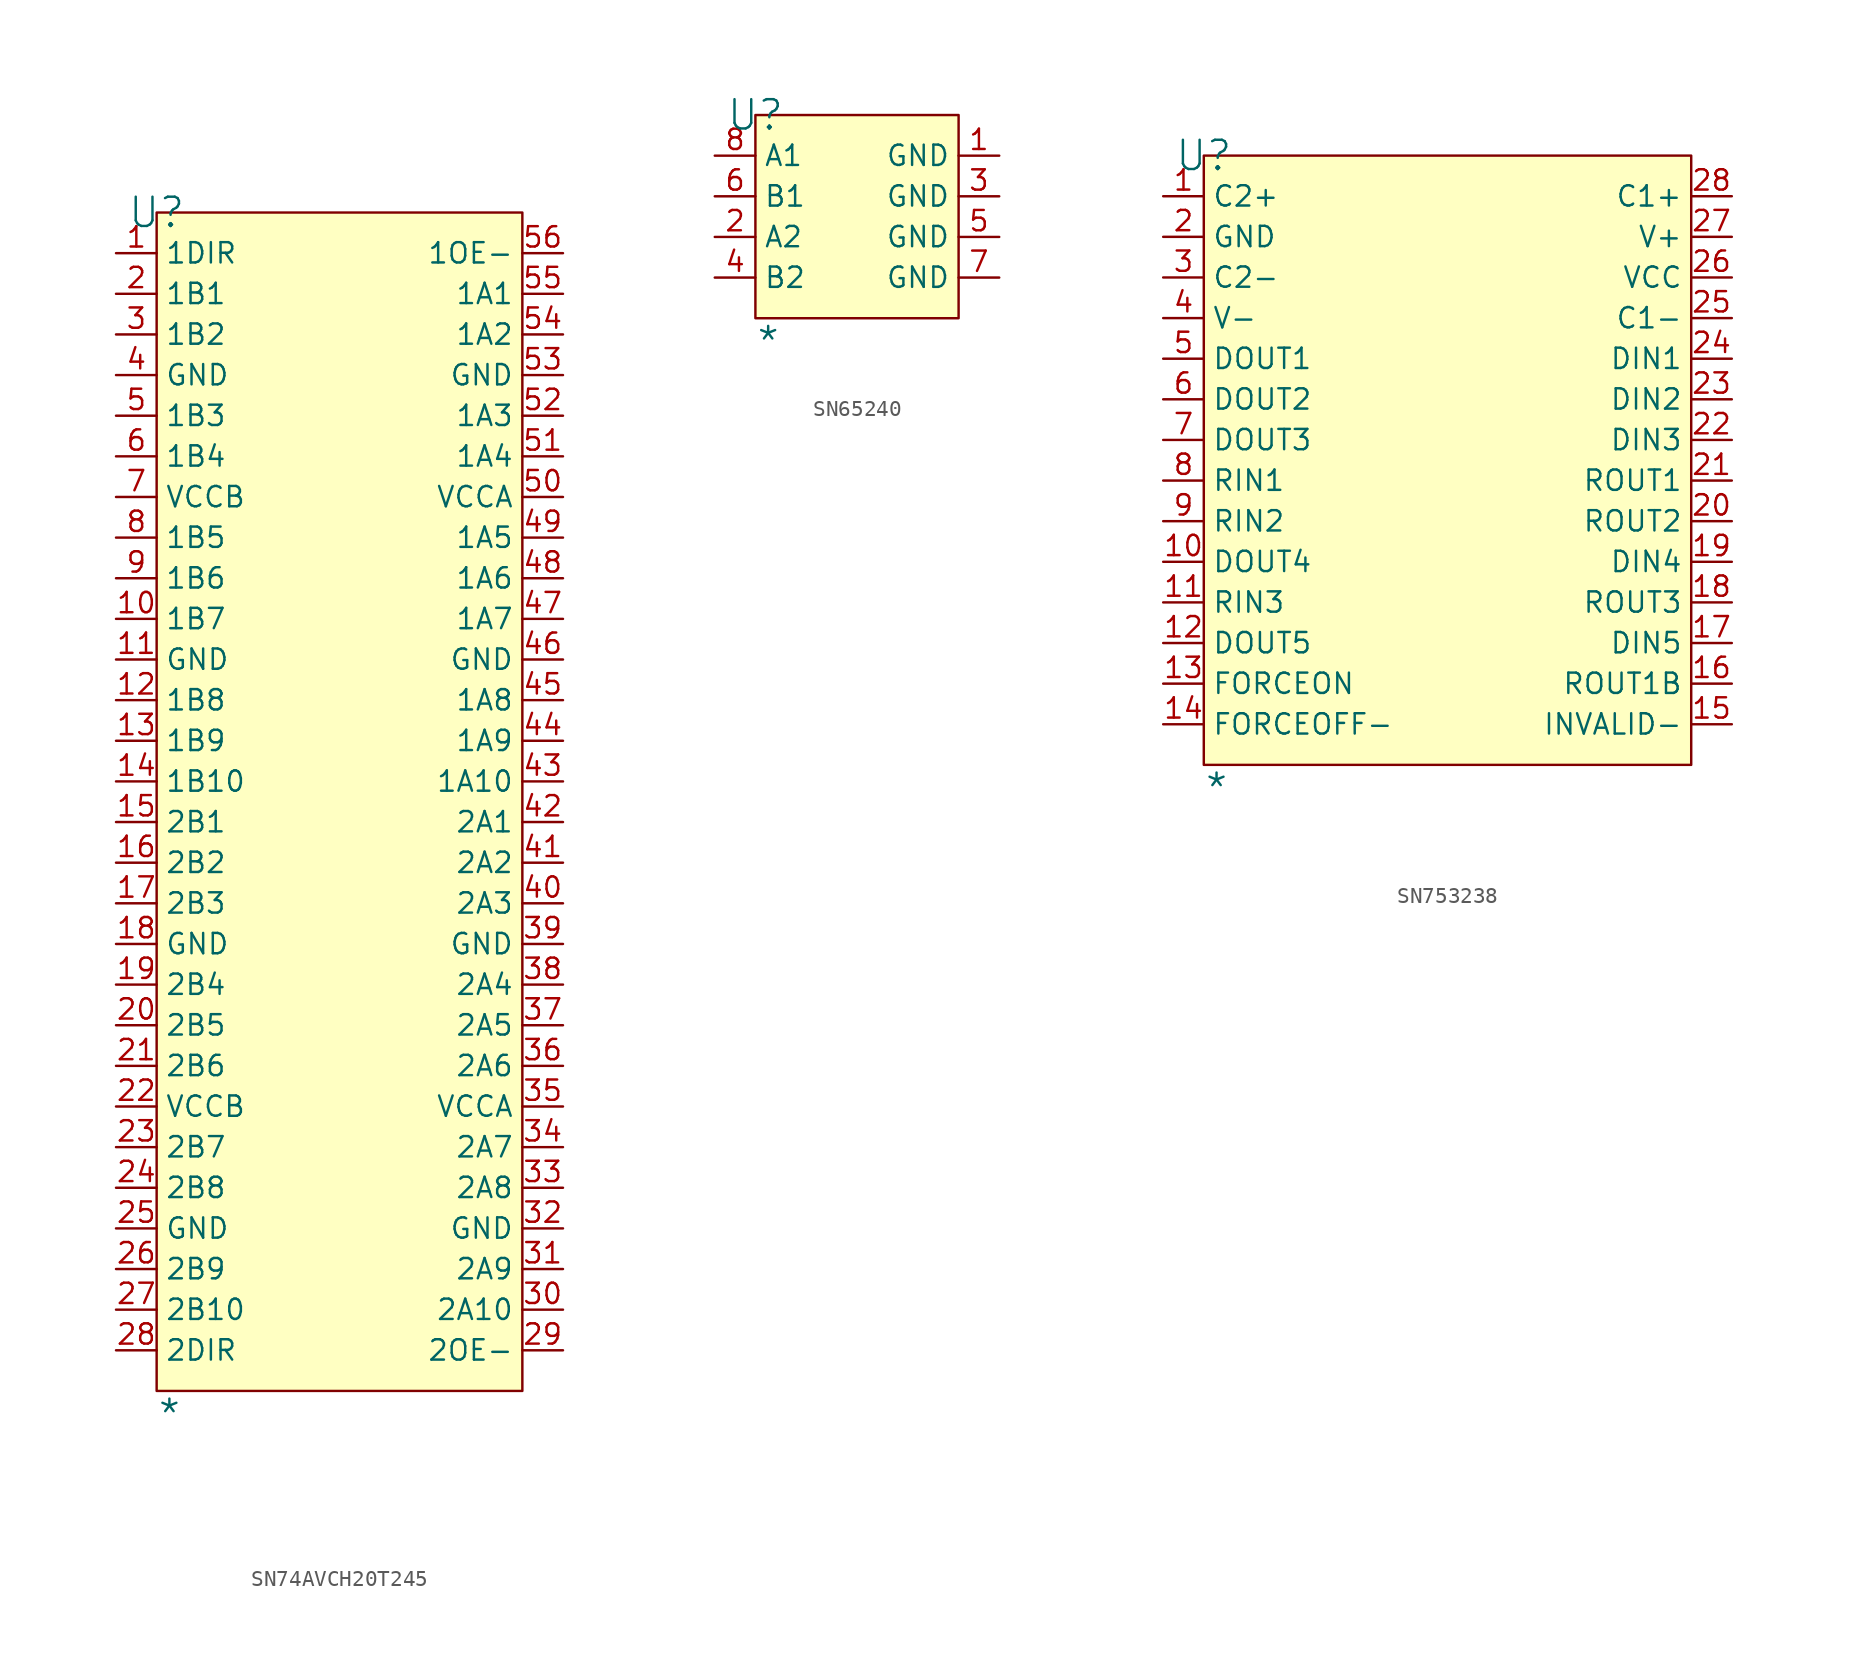
<source format=kicad_sym>
(kicad_symbol_lib
  (version 20241209)
  (generator "kicad_symbol_editor")
  (generator_version "9.0")
  (symbol "SN74AVCH20T245"
    (property "Reference" "U"
      (at 0 0 0)
      (effects (font (size 1.829 1.829))))
    (property "Value" "*"
      (at 0 -76.2 0)
      (effects (font (size 1.829 1.829)) (justify left bottom)))
    (symbol "SN74AVCH20T245_1_0"
      (rectangle (start 22.86 0) (end 0 -73.66) (stroke (width 0) (type solid) (color 128 0 0 1)) (fill (type background)))
      (pin passive line (at -2.54 -2.54 0) (length 2.54) (name "1DIR" (effects (font (size 1.27 1.27)))) (number "1" (effects (font (size 1.27 1.27)))))
      (pin passive line (at -2.54 -5.08 0) (length 2.54) (name "1B1" (effects (font (size 1.27 1.27)))) (number "2" (effects (font (size 1.27 1.27)))))
      (pin passive line (at -2.54 -7.62 0) (length 2.54) (name "1B2" (effects (font (size 1.27 1.27)))) (number "3" (effects (font (size 1.27 1.27)))))
      (pin passive line (at -2.54 -10.16 0) (length 2.54) (name "GND" (effects (font (size 1.27 1.27)))) (number "4" (effects (font (size 1.27 1.27)))))
      (pin passive line (at -2.54 -12.7 0) (length 2.54) (name "1B3" (effects (font (size 1.27 1.27)))) (number "5" (effects (font (size 1.27 1.27)))))
      (pin passive line (at -2.54 -15.24 0) (length 2.54) (name "1B4" (effects (font (size 1.27 1.27)))) (number "6" (effects (font (size 1.27 1.27)))))
      (pin passive line (at -2.54 -17.78 0) (length 2.54) (name "VCCB" (effects (font (size 1.27 1.27)))) (number "7" (effects (font (size 1.27 1.27)))))
      (pin passive line (at -2.54 -20.32 0) (length 2.54) (name "1B5" (effects (font (size 1.27 1.27)))) (number "8" (effects (font (size 1.27 1.27)))))
      (pin passive line (at -2.54 -22.86 0) (length 2.54) (name "1B6" (effects (font (size 1.27 1.27)))) (number "9" (effects (font (size 1.27 1.27)))))
      (pin passive line (at -2.54 -25.4 0) (length 2.54) (name "1B7" (effects (font (size 1.27 1.27)))) (number "10" (effects (font (size 1.27 1.27)))))
      (pin passive line (at -2.54 -27.94 0) (length 2.54) (name "GND" (effects (font (size 1.27 1.27)))) (number "11" (effects (font (size 1.27 1.27)))))
      (pin passive line (at -2.54 -30.48 0) (length 2.54) (name "1B8" (effects (font (size 1.27 1.27)))) (number "12" (effects (font (size 1.27 1.27)))))
      (pin passive line (at -2.54 -33.02 0) (length 2.54) (name "1B9" (effects (font (size 1.27 1.27)))) (number "13" (effects (font (size 1.27 1.27)))))
      (pin passive line (at -2.54 -35.56 0) (length 2.54) (name "1B10" (effects (font (size 1.27 1.27)))) (number "14" (effects (font (size 1.27 1.27)))))
      (pin passive line (at -2.54 -38.1 0) (length 2.54) (name "2B1" (effects (font (size 1.27 1.27)))) (number "15" (effects (font (size 1.27 1.27)))))
      (pin passive line (at -2.54 -40.64 0) (length 2.54) (name "2B2" (effects (font (size 1.27 1.27)))) (number "16" (effects (font (size 1.27 1.27)))))
      (pin passive line (at -2.54 -43.18 0) (length 2.54) (name "2B3" (effects (font (size 1.27 1.27)))) (number "17" (effects (font (size 1.27 1.27)))))
      (pin passive line (at -2.54 -45.72 0) (length 2.54) (name "GND" (effects (font (size 1.27 1.27)))) (number "18" (effects (font (size 1.27 1.27)))))
      (pin passive line (at -2.54 -48.26 0) (length 2.54) (name "2B4" (effects (font (size 1.27 1.27)))) (number "19" (effects (font (size 1.27 1.27)))))
      (pin passive line (at -2.54 -50.8 0) (length 2.54) (name "2B5" (effects (font (size 1.27 1.27)))) (number "20" (effects (font (size 1.27 1.27)))))
      (pin passive line (at -2.54 -53.34 0) (length 2.54) (name "2B6" (effects (font (size 1.27 1.27)))) (number "21" (effects (font (size 1.27 1.27)))))
      (pin passive line (at -2.54 -55.88 0) (length 2.54) (name "VCCB" (effects (font (size 1.27 1.27)))) (number "22" (effects (font (size 1.27 1.27)))))
      (pin passive line (at -2.54 -58.42 0) (length 2.54) (name "2B7" (effects (font (size 1.27 1.27)))) (number "23" (effects (font (size 1.27 1.27)))))
      (pin passive line (at -2.54 -60.96 0) (length 2.54) (name "2B8" (effects (font (size 1.27 1.27)))) (number "24" (effects (font (size 1.27 1.27)))))
      (pin passive line (at -2.54 -63.5 0) (length 2.54) (name "GND" (effects (font (size 1.27 1.27)))) (number "25" (effects (font (size 1.27 1.27)))))
      (pin passive line (at -2.54 -66.04 0) (length 2.54) (name "2B9" (effects (font (size 1.27 1.27)))) (number "26" (effects (font (size 1.27 1.27)))))
      (pin passive line (at -2.54 -68.58 0) (length 2.54) (name "2B10" (effects (font (size 1.27 1.27)))) (number "27" (effects (font (size 1.27 1.27)))))
      (pin passive line (at -2.54 -71.12 0) (length 2.54) (name "2DIR" (effects (font (size 1.27 1.27)))) (number "28" (effects (font (size 1.27 1.27)))))
      (pin passive line (at 25.4 -2.54 180) (length 2.54) (name "1OE-" (effects (font (size 1.27 1.27)))) (number "56" (effects (font (size 1.27 1.27)))))
      (pin passive line (at 25.4 -5.08 180) (length 2.54) (name "1A1" (effects (font (size 1.27 1.27)))) (number "55" (effects (font (size 1.27 1.27)))))
      (pin passive line (at 25.4 -7.62 180) (length 2.54) (name "1A2" (effects (font (size 1.27 1.27)))) (number "54" (effects (font (size 1.27 1.27)))))
      (pin passive line (at 25.4 -10.16 180) (length 2.54) (name "GND" (effects (font (size 1.27 1.27)))) (number "53" (effects (font (size 1.27 1.27)))))
      (pin passive line (at 25.4 -12.7 180) (length 2.54) (name "1A3" (effects (font (size 1.27 1.27)))) (number "52" (effects (font (size 1.27 1.27)))))
      (pin passive line (at 25.4 -15.24 180) (length 2.54) (name "1A4" (effects (font (size 1.27 1.27)))) (number "51" (effects (font (size 1.27 1.27)))))
      (pin passive line (at 25.4 -17.78 180) (length 2.54) (name "VCCA" (effects (font (size 1.27 1.27)))) (number "50" (effects (font (size 1.27 1.27)))))
      (pin passive line (at 25.4 -20.32 180) (length 2.54) (name "1A5" (effects (font (size 1.27 1.27)))) (number "49" (effects (font (size 1.27 1.27)))))
      (pin passive line (at 25.4 -22.86 180) (length 2.54) (name "1A6" (effects (font (size 1.27 1.27)))) (number "48" (effects (font (size 1.27 1.27)))))
      (pin passive line (at 25.4 -25.4 180) (length 2.54) (name "1A7" (effects (font (size 1.27 1.27)))) (number "47" (effects (font (size 1.27 1.27)))))
      (pin passive line (at 25.4 -27.94 180) (length 2.54) (name "GND" (effects (font (size 1.27 1.27)))) (number "46" (effects (font (size 1.27 1.27)))))
      (pin passive line (at 25.4 -30.48 180) (length 2.54) (name "1A8" (effects (font (size 1.27 1.27)))) (number "45" (effects (font (size 1.27 1.27)))))
      (pin passive line (at 25.4 -33.02 180) (length 2.54) (name "1A9" (effects (font (size 1.27 1.27)))) (number "44" (effects (font (size 1.27 1.27)))))
      (pin passive line (at 25.4 -35.56 180) (length 2.54) (name "1A10" (effects (font (size 1.27 1.27)))) (number "43" (effects (font (size 1.27 1.27)))))
      (pin passive line (at 25.4 -38.1 180) (length 2.54) (name "2A1" (effects (font (size 1.27 1.27)))) (number "42" (effects (font (size 1.27 1.27)))))
      (pin passive line (at 25.4 -40.64 180) (length 2.54) (name "2A2" (effects (font (size 1.27 1.27)))) (number "41" (effects (font (size 1.27 1.27)))))
      (pin passive line (at 25.4 -43.18 180) (length 2.54) (name "2A3" (effects (font (size 1.27 1.27)))) (number "40" (effects (font (size 1.27 1.27)))))
      (pin passive line (at 25.4 -45.72 180) (length 2.54) (name "GND" (effects (font (size 1.27 1.27)))) (number "39" (effects (font (size 1.27 1.27)))))
      (pin passive line (at 25.4 -48.26 180) (length 2.54) (name "2A4" (effects (font (size 1.27 1.27)))) (number "38" (effects (font (size 1.27 1.27)))))
      (pin passive line (at 25.4 -50.8 180) (length 2.54) (name "2A5" (effects (font (size 1.27 1.27)))) (number "37" (effects (font (size 1.27 1.27)))))
      (pin passive line (at 25.4 -53.34 180) (length 2.54) (name "2A6" (effects (font (size 1.27 1.27)))) (number "36" (effects (font (size 1.27 1.27)))))
      (pin passive line (at 25.4 -55.88 180) (length 2.54) (name "VCCA" (effects (font (size 1.27 1.27)))) (number "35" (effects (font (size 1.27 1.27)))))
      (pin passive line (at 25.4 -58.42 180) (length 2.54) (name "2A7" (effects (font (size 1.27 1.27)))) (number "34" (effects (font (size 1.27 1.27)))))
      (pin passive line (at 25.4 -60.96 180) (length 2.54) (name "2A8" (effects (font (size 1.27 1.27)))) (number "33" (effects (font (size 1.27 1.27)))))
      (pin passive line (at 25.4 -63.5 180) (length 2.54) (name "GND" (effects (font (size 1.27 1.27)))) (number "32" (effects (font (size 1.27 1.27)))))
      (pin passive line (at 25.4 -66.04 180) (length 2.54) (name "2A9" (effects (font (size 1.27 1.27)))) (number "31" (effects (font (size 1.27 1.27)))))
      (pin passive line (at 25.4 -68.58 180) (length 2.54) (name "2A10" (effects (font (size 1.27 1.27)))) (number "30" (effects (font (size 1.27 1.27)))))
      (pin passive line (at 25.4 -71.12 180) (length 2.54) (name "2OE-" (effects (font (size 1.27 1.27)))) (number "29" (effects (font (size 1.27 1.27)))))))
  (symbol "SN65240"
    (property "Reference" "U"
      (at 0 0 0)
      (effects (font (size 1.829 1.829))))
    (property "Value" "*"
      (at 0 -15.24 0)
      (effects (font (size 1.829 1.829)) (justify left bottom)))
    (symbol "SN65240_1_0"
      (rectangle (start 12.7 0) (end 0 -12.7) (stroke (width 0) (type solid) (color 128 0 0 1)) (fill (type background)))
      (pin passive line (at -2.54 -2.54 0) (length 2.54) (name "A1" (effects (font (size 1.27 1.27)))) (number "8" (effects (font (size 1.27 1.27)))))
      (pin passive line (at -2.54 -5.08 0) (length 2.54) (name "B1" (effects (font (size 1.27 1.27)))) (number "6" (effects (font (size 1.27 1.27)))))
      (pin passive line (at -2.54 -7.62 0) (length 2.54) (name "A2" (effects (font (size 1.27 1.27)))) (number "2" (effects (font (size 1.27 1.27)))))
      (pin passive line (at -2.54 -10.16 0) (length 2.54) (name "B2" (effects (font (size 1.27 1.27)))) (number "4" (effects (font (size 1.27 1.27)))))
      (pin passive line (at 15.24 -2.54 180) (length 2.54) (name "GND" (effects (font (size 1.27 1.27)))) (number "1" (effects (font (size 1.27 1.27)))))
      (pin passive line (at 15.24 -5.08 180) (length 2.54) (name "GND" (effects (font (size 1.27 1.27)))) (number "3" (effects (font (size 1.27 1.27)))))
      (pin passive line (at 15.24 -7.62 180) (length 2.54) (name "GND" (effects (font (size 1.27 1.27)))) (number "5" (effects (font (size 1.27 1.27)))))
      (pin passive line (at 15.24 -10.16 180) (length 2.54) (name "GND" (effects (font (size 1.27 1.27)))) (number "7" (effects (font (size 1.27 1.27)))))))
  (symbol "SN753238"
    (property "Reference" "U"
      (at 0 0 0)
      (effects (font (size 1.829 1.829))))
    (property "Value" "*"
      (at 0 -40.64 0)
      (effects (font (size 1.829 1.829)) (justify left bottom)))
    (symbol "SN753238_1_0"
      (rectangle (start 30.48 0) (end 0 -38.1) (stroke (width 0) (type solid) (color 128 0 0 1)) (fill (type background)))
      (pin passive line (at -2.54 -2.54 0) (length 2.54) (name "C2+" (effects (font (size 1.27 1.27)))) (number "1" (effects (font (size 1.27 1.27)))))
      (pin passive line (at -2.54 -5.08 0) (length 2.54) (name "GND" (effects (font (size 1.27 1.27)))) (number "2" (effects (font (size 1.27 1.27)))))
      (pin passive line (at -2.54 -7.62 0) (length 2.54) (name "C2-" (effects (font (size 1.27 1.27)))) (number "3" (effects (font (size 1.27 1.27)))))
      (pin passive line (at -2.54 -10.16 0) (length 2.54) (name "V-" (effects (font (size 1.27 1.27)))) (number "4" (effects (font (size 1.27 1.27)))))
      (pin passive line (at -2.54 -12.7 0) (length 2.54) (name "DOUT1" (effects (font (size 1.27 1.27)))) (number "5" (effects (font (size 1.27 1.27)))))
      (pin passive line (at -2.54 -15.24 0) (length 2.54) (name "DOUT2" (effects (font (size 1.27 1.27)))) (number "6" (effects (font (size 1.27 1.27)))))
      (pin passive line (at -2.54 -17.78 0) (length 2.54) (name "DOUT3" (effects (font (size 1.27 1.27)))) (number "7" (effects (font (size 1.27 1.27)))))
      (pin passive line (at -2.54 -20.32 0) (length 2.54) (name "RIN1" (effects (font (size 1.27 1.27)))) (number "8" (effects (font (size 1.27 1.27)))))
      (pin passive line (at -2.54 -22.86 0) (length 2.54) (name "RIN2" (effects (font (size 1.27 1.27)))) (number "9" (effects (font (size 1.27 1.27)))))
      (pin passive line (at -2.54 -25.4 0) (length 2.54) (name "DOUT4" (effects (font (size 1.27 1.27)))) (number "10" (effects (font (size 1.27 1.27)))))
      (pin passive line (at -2.54 -27.94 0) (length 2.54) (name "RIN3" (effects (font (size 1.27 1.27)))) (number "11" (effects (font (size 1.27 1.27)))))
      (pin passive line (at -2.54 -30.48 0) (length 2.54) (name "DOUT5" (effects (font (size 1.27 1.27)))) (number "12" (effects (font (size 1.27 1.27)))))
      (pin passive line (at -2.54 -33.02 0) (length 2.54) (name "FORCEON" (effects (font (size 1.27 1.27)))) (number "13" (effects (font (size 1.27 1.27)))))
      (pin passive line (at -2.54 -35.56 0) (length 2.54) (name "FORCEOFF-" (effects (font (size 1.27 1.27)))) (number "14" (effects (font (size 1.27 1.27)))))
      (pin passive line (at 33.02 -2.54 180) (length 2.54) (name "C1+" (effects (font (size 1.27 1.27)))) (number "28" (effects (font (size 1.27 1.27)))))
      (pin passive line (at 33.02 -5.08 180) (length 2.54) (name "V+" (effects (font (size 1.27 1.27)))) (number "27" (effects (font (size 1.27 1.27)))))
      (pin passive line (at 33.02 -7.62 180) (length 2.54) (name "VCC" (effects (font (size 1.27 1.27)))) (number "26" (effects (font (size 1.27 1.27)))))
      (pin passive line (at 33.02 -10.16 180) (length 2.54) (name "C1-" (effects (font (size 1.27 1.27)))) (number "25" (effects (font (size 1.27 1.27)))))
      (pin passive line (at 33.02 -12.7 180) (length 2.54) (name "DIN1" (effects (font (size 1.27 1.27)))) (number "24" (effects (font (size 1.27 1.27)))))
      (pin passive line (at 33.02 -15.24 180) (length 2.54) (name "DIN2" (effects (font (size 1.27 1.27)))) (number "23" (effects (font (size 1.27 1.27)))))
      (pin passive line (at 33.02 -17.78 180) (length 2.54) (name "DIN3" (effects (font (size 1.27 1.27)))) (number "22" (effects (font (size 1.27 1.27)))))
      (pin passive line (at 33.02 -20.32 180) (length 2.54) (name "ROUT1" (effects (font (size 1.27 1.27)))) (number "21" (effects (font (size 1.27 1.27)))))
      (pin passive line (at 33.02 -22.86 180) (length 2.54) (name "ROUT2" (effects (font (size 1.27 1.27)))) (number "20" (effects (font (size 1.27 1.27)))))
      (pin passive line (at 33.02 -25.4 180) (length 2.54) (name "DIN4" (effects (font (size 1.27 1.27)))) (number "19" (effects (font (size 1.27 1.27)))))
      (pin passive line (at 33.02 -27.94 180) (length 2.54) (name "ROUT3" (effects (font (size 1.27 1.27)))) (number "18" (effects (font (size 1.27 1.27)))))
      (pin passive line (at 33.02 -30.48 180) (length 2.54) (name "DIN5" (effects (font (size 1.27 1.27)))) (number "17" (effects (font (size 1.27 1.27)))))
      (pin passive line (at 33.02 -33.02 180) (length 2.54) (name "ROUT1B" (effects (font (size 1.27 1.27)))) (number "16" (effects (font (size 1.27 1.27)))))
      (pin passive line (at 33.02 -35.56 180) (length 2.54) (name "INVALID-" (effects (font (size 1.27 1.27)))) (number "15" (effects (font (size 1.27 1.27))))))))
</source>
